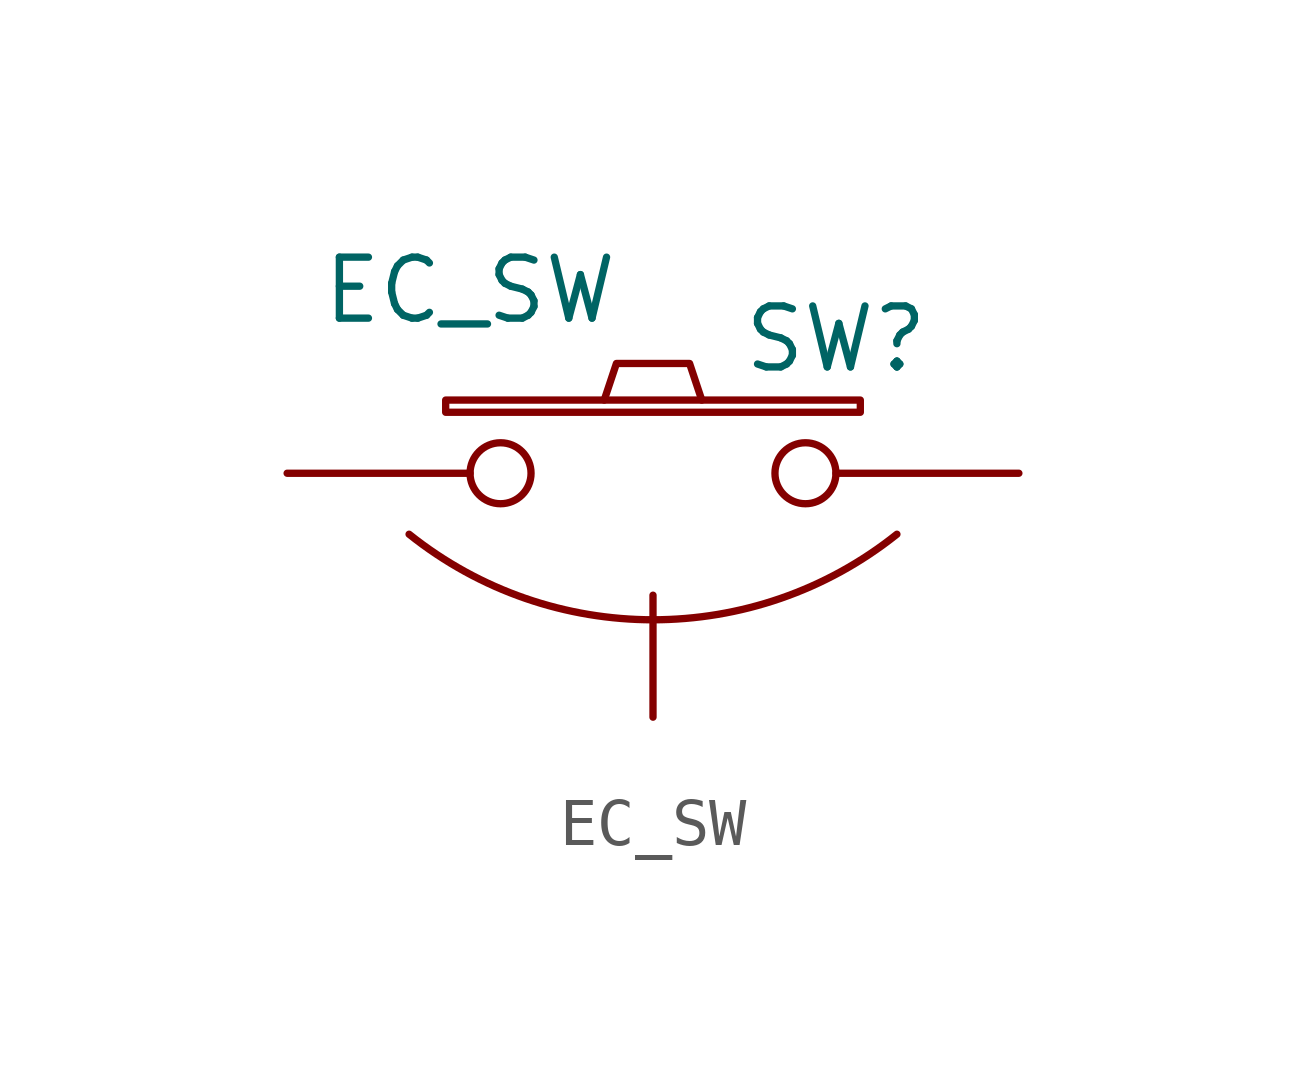
<source format=kicad_sym>
(kicad_symbol_lib
  (version 20211014)
  (generator kicad_symbol_editor)
  (symbol "EC_SW"
    (pin_numbers hide)
    (pin_names
      (offset 1.016) hide)
    (property "Reference" "SW"
      (at 3.81 2.794 0)
      (effects (font (size 1.27 1.27))))
    (property "Value" "EC_SW"
      (at -3.81 3.81 0)
      (effects (font (size 1.27 1.27))))
    (property "Footprint" ""
      (at 0 0 0)
      (effects (font (size 1.27 1.27))))
    (property "Datasheet" ""
      (at 0 0 0)
      (effects (font (size 1.27 1.27))))
    (symbol "EC_SW_0_1"
      (arc (start -5.08 -1.27) (mid 0 -3.052) (end 5.08 -1.27) (stroke (width 0) (type default) (color 0 0 0 0)) (fill (type none)))
      (rectangle (start -4.318 1.27) (end 4.318 1.524) (stroke (width 0) (type default) (color 0 0 0 0)) (fill (type none)))
      (polyline (pts (xy -1.016 1.524) (xy -0.762 2.286) (xy 0.762 2.286) (xy 1.016 1.524)) (stroke (width 0) (type default) (color 0 0 0 0)) (fill (type none)))
      (pin passive inverted (at -7.62 0 0) (length 5.08) (name "1" (effects (font (size 1.27 1.27)))) (number "1" (effects (font (size 1.27 1.27)))))
      (pin passive inverted (at 7.62 0 180) (length 5.08) (name "2" (effects (font (size 1.27 1.27)))) (number "2" (effects (font (size 1.27 1.27))))))
    (symbol "EC_SW_1_1"
      (pin input line (at 0 -5.08 90) (length 2.54) (name "SG" (effects (font (size 1.27 1.27)))) (number "3" (effects (font (size 1.27 1.27))))))))
</source>
